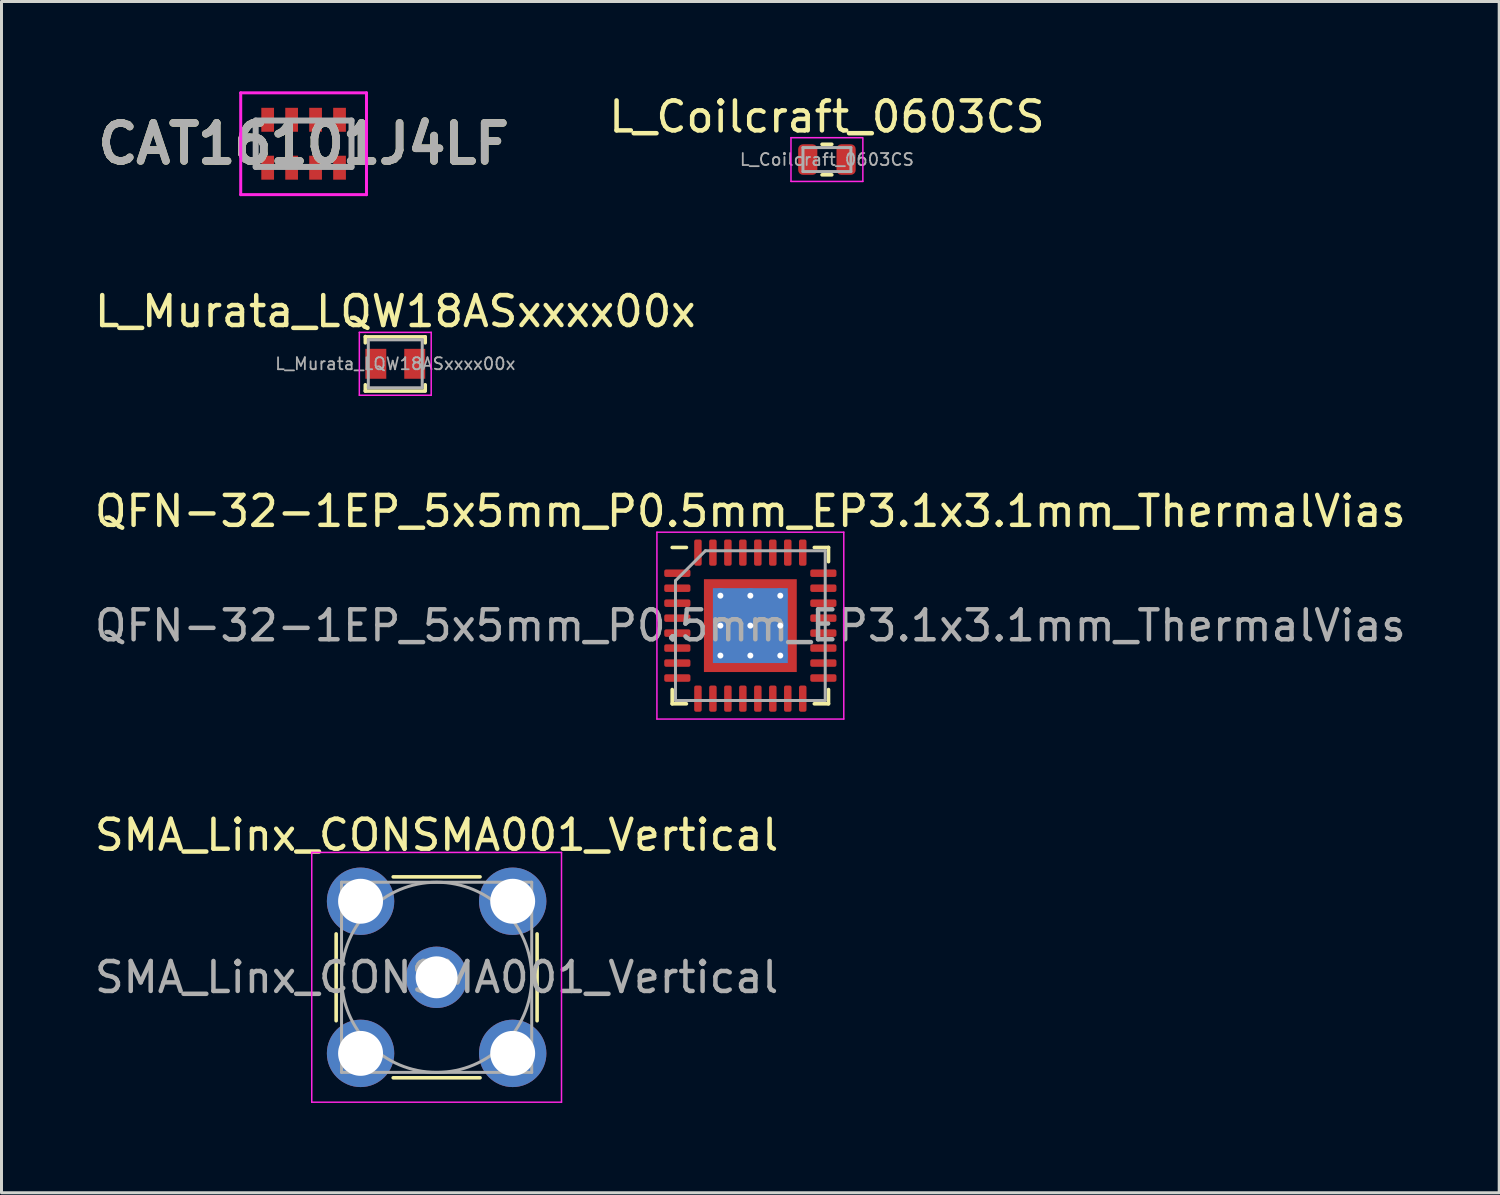
<source format=kicad_pcb>
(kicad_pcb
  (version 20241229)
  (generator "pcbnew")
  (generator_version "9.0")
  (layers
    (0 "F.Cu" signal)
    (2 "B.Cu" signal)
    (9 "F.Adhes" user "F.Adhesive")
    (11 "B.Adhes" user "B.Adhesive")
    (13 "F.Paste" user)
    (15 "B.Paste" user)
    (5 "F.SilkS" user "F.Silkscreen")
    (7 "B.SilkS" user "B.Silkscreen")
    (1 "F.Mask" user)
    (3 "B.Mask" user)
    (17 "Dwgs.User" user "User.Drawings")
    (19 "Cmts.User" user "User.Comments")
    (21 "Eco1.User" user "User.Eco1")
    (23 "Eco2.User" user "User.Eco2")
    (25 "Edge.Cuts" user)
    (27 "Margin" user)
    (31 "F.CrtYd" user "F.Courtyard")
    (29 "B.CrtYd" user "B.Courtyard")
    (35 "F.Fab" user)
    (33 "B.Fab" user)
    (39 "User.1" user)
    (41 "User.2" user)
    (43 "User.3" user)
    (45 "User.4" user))
  (footprint "CAT16101J4LF"
    (layer "F.Cu")
    (at 7.088 1.75)
    (property "Reference" "CAT16101J4LF" (at 0 0 0) (layer "F.SilkS") (effects (font (size 1.27 1.27) (thickness 0.254))))
    (attr smd)
    (fp_line (start -1.6 -0.2) (end -1.6 0.2) (stroke (width 0.1) (type solid)) (layer "F.SilkS"))
    (fp_line (start 1.6 -0.2) (end 1.6 0.2) (stroke (width 0.1) (type solid)) (layer "F.SilkS"))
    (fp_line (start -2.1 -1.7) (end 2.1 -1.7) (stroke (width 0.1) (type solid)) (layer "F.CrtYd"))
    (fp_line (start -2.1 1.7) (end -2.1 -1.7) (stroke (width 0.1) (type solid)) (layer "F.CrtYd"))
    (fp_line (start 2.1 -1.7) (end 2.1 1.7) (stroke (width 0.1) (type solid)) (layer "F.CrtYd"))
    (fp_line (start 2.1 1.7) (end -2.1 1.7) (stroke (width 0.1) (type solid)) (layer "F.CrtYd"))
    (fp_line (start -1.6 -0.775) (end 1.6 -0.775) (stroke (width 0.2) (type solid)) (layer "F.Fab"))
    (fp_line (start -1.6 0.775) (end -1.6 -0.775) (stroke (width 0.2) (type solid)) (layer "F.Fab"))
    (fp_line (start 1.6 -0.775) (end 1.6 0.775) (stroke (width 0.2) (type solid)) (layer "F.Fab"))
    (fp_line (start 1.6 0.775) (end -1.6 0.775) (stroke (width 0.2) (type solid)) (layer "F.Fab"))
    (fp_text user "${REFERENCE}" (at 0 0 0) (layer "F.Fab") (effects (font (size 1.27 1.27) (thickness 0.254))))
    (pad "1" smd rect (at -1.2 0.8) (size 0.425 0.8) (layers "F.Cu" "F.Mask" "F.Paste"))
    (pad "2" smd rect (at -0.4 0.8) (size 0.425 0.8) (layers "F.Cu" "F.Mask" "F.Paste"))
    (pad "3" smd rect (at 0.4 0.8) (size 0.425 0.8) (layers "F.Cu" "F.Mask" "F.Paste"))
    (pad "4" smd rect (at 1.2 0.8) (size 0.425 0.8) (layers "F.Cu" "F.Mask" "F.Paste"))
    (pad "5" smd rect (at 1.2 -0.8) (size 0.425 0.8) (layers "F.Cu" "F.Mask" "F.Paste"))
    (pad "6" smd rect (at 0.4 -0.8) (size 0.425 0.8) (layers "F.Cu" "F.Mask" "F.Paste"))
    (pad "7" smd rect (at -0.4 -0.8) (size 0.425 0.8) (layers "F.Cu" "F.Mask" "F.Paste"))
    (pad "8" smd rect (at -1.2 -0.8) (size 0.425 0.8) (layers "F.Cu" "F.Mask" "F.Paste")))
  (footprint "L_Coilcraft_0603CS"
    (layer "F.Cu")
    (at 24.563 2.278)
    (property "Reference" "L_Coilcraft_0603CS" (at 0 -1.43 0) (layer "F.SilkS") (effects (font (size 1 1) (thickness 0.15))))
    (attr smd)
    (fp_line (start -0.163 -0.51) (end 0.163 -0.51) (stroke (width 0.12) (type solid)) (layer "F.SilkS"))
    (fp_line (start -0.163 0.51) (end 0.163 0.51) (stroke (width 0.12) (type solid)) (layer "F.SilkS"))
    (fp_line (start -1.2 -0.73) (end 1.2 -0.73) (stroke (width 0.05) (type solid)) (layer "F.CrtYd"))
    (fp_line (start -1.2 0.73) (end -1.2 -0.73) (stroke (width 0.05) (type solid)) (layer "F.CrtYd"))
    (fp_line (start 1.2 -0.7) (end 1.2 0.73) (stroke (width 0.05) (type solid)) (layer "F.CrtYd"))
    (fp_line (start 1.2 0.73) (end -1.2 0.73) (stroke (width 0.05) (type solid)) (layer "F.CrtYd"))
    (fp_line (start -0.8 -0.4) (end 0.8 -0.4) (stroke (width 0.1) (type solid)) (layer "F.Fab"))
    (fp_line (start -0.8 0.4) (end -0.8 -0.4) (stroke (width 0.1) (type solid)) (layer "F.Fab"))
    (fp_line (start 0.8 -0.4) (end 0.8 0.4) (stroke (width 0.1) (type solid)) (layer "F.Fab"))
    (fp_line (start 0.8 0.4) (end -0.8 0.4) (stroke (width 0.1) (type solid)) (layer "F.Fab"))
    (fp_text user "${REFERENCE}" (at 0 0 0) (layer "F.Fab") (effects (font (size 0.4 0.4) (thickness 0.06))))
    (pad "1" smd roundrect (at -0.64 0) (size 0.64 1.02) (layers "F.Cu" "F.Mask" "F.Paste") (roundrect_rratio 0.25))
    (pad "2" smd roundrect (at 0.64 0) (size 0.64 1.02) (layers "F.Cu" "F.Mask" "F.Paste") (roundrect_rratio 0.25)))
  (footprint "SMA_Linx_CONSMA001_Vertical"
    (layer "F.Cu")
    (at 11.53 29.585)
    (property "Reference" "SMA_Linx_CONSMA001_Vertical" (at 0 -4.75 0) (layer "F.SilkS") (effects (font (size 1 1) (thickness 0.15))))
    (attr through_hole)
    (fp_line (start -3.355 -1.45) (end -3.355 1.45) (stroke (width 0.12) (type solid)) (layer "F.SilkS"))
    (fp_line (start -1.45 -3.355) (end 1.45 -3.355) (stroke (width 0.12) (type solid)) (layer "F.SilkS"))
    (fp_line (start -1.45 3.355) (end 1.45 3.355) (stroke (width 0.12) (type solid)) (layer "F.SilkS"))
    (fp_line (start 3.355 -1.45) (end 3.355 1.45) (stroke (width 0.12) (type solid)) (layer "F.SilkS"))
    (fp_line (start -4.17 -4.17) (end -4.17 4.17) (stroke (width 0.05) (type solid)) (layer "F.CrtYd"))
    (fp_line (start -4.17 -4.17) (end 4.17 -4.17) (stroke (width 0.05) (type solid)) (layer "F.CrtYd"))
    (fp_line (start 4.17 4.17) (end -4.17 4.17) (stroke (width 0.05) (type solid)) (layer "F.CrtYd"))
    (fp_line (start 4.17 4.17) (end 4.17 -4.17) (stroke (width 0.05) (type solid)) (layer "F.CrtYd"))
    (fp_line (start -3.175 -3.175) (end -3.175 3.175) (stroke (width 0.1) (type solid)) (layer "F.Fab"))
    (fp_line (start -3.175 -3.175) (end 3.175 -3.175) (stroke (width 0.1) (type solid)) (layer "F.Fab"))
    (fp_line (start -3.175 3.175) (end 3.175 3.175) (stroke (width 0.1) (type solid)) (layer "F.Fab"))
    (fp_line (start 3.175 -3.175) (end 3.175 3.175) (stroke (width 0.1) (type solid)) (layer "F.Fab"))
    (fp_circle (center 0 0) (end 3.175 0) (stroke (width 0.1) (type solid)) (fill no) (layer "F.Fab"))
    (fp_text user "${REFERENCE}" (at 0 0 0) (layer "F.Fab") (effects (font (size 1 1) (thickness 0.15))))
    (pad "1" thru_hole circle (at 0 0) (size 2.05 2.05) (drill 1.4) (layers "*.Cu" "*.Mask"))
    (pad "2" thru_hole circle (at -2.54 -2.54) (size 2.25 2.25) (drill 1.5) (layers "*.Cu" "*.Mask"))
    (pad "2" thru_hole circle (at -2.54 2.54) (size 2.25 2.25) (drill 1.5) (layers "*.Cu" "*.Mask"))
    (pad "2" thru_hole circle (at 2.54 -2.54) (size 2.25 2.25) (drill 1.5) (layers "*.Cu" "*.Mask"))
    (pad "2" thru_hole circle (at 2.54 2.54) (size 2.25 2.25) (drill 1.5) (layers "*.Cu" "*.Mask")))
  (footprint "QFN-32-1EP_5x5mm_P0.5mm_EP3.1x3.1mm_ThermalVias"
    (layer "F.Cu")
    (at 22.006 17.841)
    (property "Reference" "QFN-32-1EP_5x5mm_P0.5mm_EP3.1x3.1mm_ThermalVias" (at 0 -3.82 0) (layer "F.SilkS") (effects (font (size 1 1) (thickness 0.15))))
    (attr smd)
    (fp_line (start -2.61 2.61) (end -2.61 2.135) (stroke (width 0.12) (type solid)) (layer "F.SilkS"))
    (fp_line (start -2.135 -2.61) (end -2.61 -2.61) (stroke (width 0.12) (type solid)) (layer "F.SilkS"))
    (fp_line (start -2.135 2.61) (end -2.61 2.61) (stroke (width 0.12) (type solid)) (layer "F.SilkS"))
    (fp_line (start 2.135 -2.61) (end 2.61 -2.61) (stroke (width 0.12) (type solid)) (layer "F.SilkS"))
    (fp_line (start 2.135 2.61) (end 2.61 2.61) (stroke (width 0.12) (type solid)) (layer "F.SilkS"))
    (fp_line (start 2.61 -2.61) (end 2.61 -2.135) (stroke (width 0.12) (type solid)) (layer "F.SilkS"))
    (fp_line (start 2.61 2.61) (end 2.61 2.135) (stroke (width 0.12) (type solid)) (layer "F.SilkS"))
    (fp_line (start -3.12 -3.12) (end -3.12 3.12) (stroke (width 0.05) (type solid)) (layer "F.CrtYd"))
    (fp_line (start -3.12 3.12) (end 3.12 3.12) (stroke (width 0.05) (type solid)) (layer "F.CrtYd"))
    (fp_line (start 3.12 -3.12) (end -3.12 -3.12) (stroke (width 0.05) (type solid)) (layer "F.CrtYd"))
    (fp_line (start 3.12 3.12) (end 3.12 -3.12) (stroke (width 0.05) (type solid)) (layer "F.CrtYd"))
    (fp_line (start -2.5 -1.5) (end -1.5 -2.5) (stroke (width 0.1) (type solid)) (layer "F.Fab"))
    (fp_line (start -2.5 2.5) (end -2.5 -1.5) (stroke (width 0.1) (type solid)) (layer "F.Fab"))
    (fp_line (start -1.5 -2.5) (end 2.5 -2.5) (stroke (width 0.1) (type solid)) (layer "F.Fab"))
    (fp_line (start 2.5 -2.5) (end 2.5 2.5) (stroke (width 0.1) (type solid)) (layer "F.Fab"))
    (fp_line (start 2.5 2.5) (end -2.5 2.5) (stroke (width 0.1) (type solid)) (layer "F.Fab"))
    (fp_text user "${REFERENCE}" (at 0 0 0) (layer "F.Fab") (effects (font (size 1 1) (thickness 0.15))))
    (pad "" smd custom (at -1.275 -1.275) (size 0.319 0.319) (layers "F.Paste") (options (anchor circle)) (primitives (gr_poly (pts (xy -0.111 -0.111) (xy 0.111 -0.111) (xy 0.111 -0.000473) (xy -0.000473 0.111) (xy -0.111 0.111)) (width 0.222) (fill yes))))
    (pad "" smd custom (at -1.275 -0.5) (size 0.35 0.35) (layers "F.Paste") (options (anchor circle)) (primitives (gr_poly (pts (xy -0.128 -0.309) (xy 0.05 -0.309) (xy 0.128 -0.232) (xy 0.128 0.232) (xy 0.05 0.309) (xy -0.128 0.309)) (width 0.188) (fill yes))))
    (pad "" smd custom (at -1.275 0.5) (size 0.35 0.35) (layers "F.Paste") (options (anchor circle)) (primitives (gr_poly (pts (xy -0.128 -0.309) (xy 0.05 -0.309) (xy 0.128 -0.232) (xy 0.128 0.232) (xy 0.05 0.309) (xy -0.128 0.309)) (width 0.188) (fill yes))))
    (pad "" smd custom (at -1.275 1.275) (size 0.319 0.319) (layers "F.Paste") (options (anchor circle)) (primitives (gr_poly (pts (xy -0.111 -0.111) (xy -0.000473 -0.111) (xy 0.111 0.000473) (xy 0.111 0.111) (xy -0.111 0.111)) (width 0.222) (fill yes))))
    (pad "" smd custom (at -0.5 -1.275) (size 0.35 0.35) (layers "F.Paste") (options (anchor circle)) (primitives (gr_poly (pts (xy -0.309 -0.128) (xy 0.309 -0.128) (xy 0.309 0.05) (xy 0.232 0.128) (xy -0.232 0.128) (xy -0.309 0.05)) (width 0.188) (fill yes))))
    (pad "" smd roundrect (at -0.5 -0.5) (size 0.806 0.806) (layers "F.Paste") (roundrect_rratio 0.25))
    (pad "" smd roundrect (at -0.5 0.5) (size 0.806 0.806) (layers "F.Paste") (roundrect_rratio 0.25))
    (pad "" smd custom (at -0.5 1.275) (size 0.35 0.35) (layers "F.Paste") (options (anchor circle)) (primitives (gr_poly (pts (xy -0.309 -0.05) (xy -0.232 -0.128) (xy 0.232 -0.128) (xy 0.309 -0.05) (xy 0.309 0.128) (xy -0.309 0.128)) (width 0.188) (fill yes))))
    (pad "" smd custom (at 0.5 -1.275) (size 0.35 0.35) (layers "F.Paste") (options (anchor circle)) (primitives (gr_poly (pts (xy -0.309 -0.128) (xy 0.309 -0.128) (xy 0.309 0.05) (xy 0.232 0.128) (xy -0.232 0.128) (xy -0.309 0.05)) (width 0.188) (fill yes))))
    (pad "" smd roundrect (at 0.5 -0.5) (size 0.806 0.806) (layers "F.Paste") (roundrect_rratio 0.25))
    (pad "" smd roundrect (at 0.5 0.5) (size 0.806 0.806) (layers "F.Paste") (roundrect_rratio 0.25))
    (pad "" smd custom (at 0.5 1.275) (size 0.35 0.35) (layers "F.Paste") (options (anchor circle)) (primitives (gr_poly (pts (xy -0.309 -0.05) (xy -0.232 -0.128) (xy 0.232 -0.128) (xy 0.309 -0.05) (xy 0.309 0.128) (xy -0.309 0.128)) (width 0.188) (fill yes))))
    (pad "" smd custom (at 1.275 -1.275) (size 0.319 0.319) (layers "F.Paste") (options (anchor circle)) (primitives (gr_poly (pts (xy -0.111 -0.111) (xy 0.111 -0.111) (xy 0.111 0.111) (xy 0.000473 0.111) (xy -0.111 -0.000473)) (width 0.222) (fill yes))))
    (pad "" smd custom (at 1.275 -0.5) (size 0.35 0.35) (layers "F.Paste") (options (anchor circle)) (primitives (gr_poly (pts (xy -0.128 -0.232) (xy -0.05 -0.309) (xy 0.128 -0.309) (xy 0.128 0.309) (xy -0.05 0.309) (xy -0.128 0.232)) (width 0.188) (fill yes))))
    (pad "" smd custom (at 1.275 0.5) (size 0.35 0.35) (layers "F.Paste") (options (anchor circle)) (primitives (gr_poly (pts (xy -0.128 -0.232) (xy -0.05 -0.309) (xy 0.128 -0.309) (xy 0.128 0.309) (xy -0.05 0.309) (xy -0.128 0.232)) (width 0.188) (fill yes))))
    (pad "" smd custom (at 1.275 1.275) (size 0.319 0.319) (layers "F.Paste") (options (anchor circle)) (primitives (gr_poly (pts (xy -0.111 0.000473) (xy 0.000473 -0.111) (xy 0.111 -0.111) (xy 0.111 0.111) (xy -0.111 0.111)) (width 0.222) (fill yes))))
    (pad "1" smd roundrect (at -2.438 -1.75) (size 0.875 0.25) (layers "F.Cu" "F.Mask" "F.Paste") (roundrect_rratio 0.25))
    (pad "2" smd roundrect (at -2.438 -1.25) (size 0.875 0.25) (layers "F.Cu" "F.Mask" "F.Paste") (roundrect_rratio 0.25))
    (pad "3" smd roundrect (at -2.438 -0.75) (size 0.875 0.25) (layers "F.Cu" "F.Mask" "F.Paste") (roundrect_rratio 0.25))
    (pad "4" smd roundrect (at -2.438 -0.25) (size 0.875 0.25) (layers "F.Cu" "F.Mask" "F.Paste") (roundrect_rratio 0.25))
    (pad "5" smd roundrect (at -2.438 0.25) (size 0.875 0.25) (layers "F.Cu" "F.Mask" "F.Paste") (roundrect_rratio 0.25))
    (pad "6" smd roundrect (at -2.438 0.75) (size 0.875 0.25) (layers "F.Cu" "F.Mask" "F.Paste") (roundrect_rratio 0.25))
    (pad "7" smd roundrect (at -2.438 1.25) (size 0.875 0.25) (layers "F.Cu" "F.Mask" "F.Paste") (roundrect_rratio 0.25))
    (pad "8" smd roundrect (at -2.438 1.75) (size 0.875 0.25) (layers "F.Cu" "F.Mask" "F.Paste") (roundrect_rratio 0.25))
    (pad "9" smd roundrect (at -1.75 2.438) (size 0.25 0.875) (layers "F.Cu" "F.Mask" "F.Paste") (roundrect_rratio 0.25))
    (pad "10" smd roundrect (at -1.25 2.438) (size 0.25 0.875) (layers "F.Cu" "F.Mask" "F.Paste") (roundrect_rratio 0.25))
    (pad "11" smd roundrect (at -0.75 2.438) (size 0.25 0.875) (layers "F.Cu" "F.Mask" "F.Paste") (roundrect_rratio 0.25))
    (pad "12" smd roundrect (at -0.25 2.438) (size 0.25 0.875) (layers "F.Cu" "F.Mask" "F.Paste") (roundrect_rratio 0.25))
    (pad "13" smd roundrect (at 0.25 2.438) (size 0.25 0.875) (layers "F.Cu" "F.Mask" "F.Paste") (roundrect_rratio 0.25))
    (pad "14" smd roundrect (at 0.75 2.438) (size 0.25 0.875) (layers "F.Cu" "F.Mask" "F.Paste") (roundrect_rratio 0.25))
    (pad "15" smd roundrect (at 1.25 2.438) (size 0.25 0.875) (layers "F.Cu" "F.Mask" "F.Paste") (roundrect_rratio 0.25))
    (pad "16" smd roundrect (at 1.75 2.438) (size 0.25 0.875) (layers "F.Cu" "F.Mask" "F.Paste") (roundrect_rratio 0.25))
    (pad "17" smd roundrect (at 2.438 1.75) (size 0.875 0.25) (layers "F.Cu" "F.Mask" "F.Paste") (roundrect_rratio 0.25))
    (pad "18" smd roundrect (at 2.438 1.25) (size 0.875 0.25) (layers "F.Cu" "F.Mask" "F.Paste") (roundrect_rratio 0.25))
    (pad "19" smd roundrect (at 2.438 0.75) (size 0.875 0.25) (layers "F.Cu" "F.Mask" "F.Paste") (roundrect_rratio 0.25))
    (pad "20" smd roundrect (at 2.438 0.25) (size 0.875 0.25) (layers "F.Cu" "F.Mask" "F.Paste") (roundrect_rratio 0.25))
    (pad "21" smd roundrect (at 2.438 -0.25) (size 0.875 0.25) (layers "F.Cu" "F.Mask" "F.Paste") (roundrect_rratio 0.25))
    (pad "22" smd roundrect (at 2.438 -0.75) (size 0.875 0.25) (layers "F.Cu" "F.Mask" "F.Paste") (roundrect_rratio 0.25))
    (pad "23" smd roundrect (at 2.438 -1.25) (size 0.875 0.25) (layers "F.Cu" "F.Mask" "F.Paste") (roundrect_rratio 0.25))
    (pad "24" smd roundrect (at 2.438 -1.75) (size 0.875 0.25) (layers "F.Cu" "F.Mask" "F.Paste") (roundrect_rratio 0.25))
    (pad "25" smd roundrect (at 1.75 -2.438) (size 0.25 0.875) (layers "F.Cu" "F.Mask" "F.Paste") (roundrect_rratio 0.25))
    (pad "26" smd roundrect (at 1.25 -2.438) (size 0.25 0.875) (layers "F.Cu" "F.Mask" "F.Paste") (roundrect_rratio 0.25))
    (pad "27" smd roundrect (at 0.75 -2.438) (size 0.25 0.875) (layers "F.Cu" "F.Mask" "F.Paste") (roundrect_rratio 0.25))
    (pad "28" smd roundrect (at 0.25 -2.438) (size 0.25 0.875) (layers "F.Cu" "F.Mask" "F.Paste") (roundrect_rratio 0.25))
    (pad "29" smd roundrect (at -0.25 -2.438) (size 0.25 0.875) (layers "F.Cu" "F.Mask" "F.Paste") (roundrect_rratio 0.25))
    (pad "30" smd roundrect (at -0.75 -2.438) (size 0.25 0.875) (layers "F.Cu" "F.Mask" "F.Paste") (roundrect_rratio 0.25))
    (pad "31" smd roundrect (at -1.25 -2.438) (size 0.25 0.875) (layers "F.Cu" "F.Mask" "F.Paste") (roundrect_rratio 0.25))
    (pad "32" smd roundrect (at -1.75 -2.438) (size 0.25 0.875) (layers "F.Cu" "F.Mask" "F.Paste") (roundrect_rratio 0.25))
    (pad "33" thru_hole circle (at -1 -1) (size 0.5 0.5) (drill 0.2) (layers "*.Cu"))
    (pad "33" thru_hole circle (at -1 0) (size 0.5 0.5) (drill 0.2) (layers "*.Cu"))
    (pad "33" thru_hole circle (at -1 1) (size 0.5 0.5) (drill 0.2) (layers "*.Cu"))
    (pad "33" thru_hole circle (at 0 -1) (size 0.5 0.5) (drill 0.2) (layers "*.Cu"))
    (pad "33" thru_hole circle (at 0 0) (size 0.5 0.5) (drill 0.2) (layers "*.Cu"))
    (pad "33" smd rect (at 0 0) (size 2.5 2.5) (layers "B.Cu"))
    (pad "33" smd rect (at 0 0) (size 3.1 3.1) (layers "F.Cu" "F.Mask"))
    (pad "33" thru_hole circle (at 0 1) (size 0.5 0.5) (drill 0.2) (layers "*.Cu"))
    (pad "33" thru_hole circle (at 1 -1) (size 0.5 0.5) (drill 0.2) (layers "*.Cu"))
    (pad "33" thru_hole circle (at 1 0) (size 0.5 0.5) (drill 0.2) (layers "*.Cu"))
    (pad "33" thru_hole circle (at 1 1) (size 0.5 0.5) (drill 0.2) (layers "*.Cu")))
  (footprint "L_Murata_LQW18ASxxxx00x"
    (layer "F.Cu")
    (at 10.149 9.098)
    (property "Reference" "L_Murata_LQW18ASxxxx00x" (at 0 -1.75 0) (layer "F.SilkS") (effects (font (size 1 1) (thickness 0.15))))
    (attr smd)
    (fp_line (start -1 -0.9) (end 1 -0.9) (stroke (width 0.12) (type solid)) (layer "F.SilkS"))
    (fp_line (start -1 -0.7) (end -1 -0.91) (stroke (width 0.12) (type solid)) (layer "F.SilkS"))
    (fp_line (start -1 0.91) (end -1 0.7) (stroke (width 0.12) (type solid)) (layer "F.SilkS"))
    (fp_line (start 1 -0.7) (end 1 -0.9) (stroke (width 0.12) (type solid)) (layer "F.SilkS"))
    (fp_line (start 1 0.7) (end 1 0.9) (stroke (width 0.12) (type solid)) (layer "F.SilkS"))
    (fp_line (start 1 0.91) (end -1 0.91) (stroke (width 0.12) (type solid)) (layer "F.SilkS"))
    (fp_line (start -1.2 -1.05) (end 1.2 -1.05) (stroke (width 0.05) (type solid)) (layer "F.CrtYd"))
    (fp_line (start -1.2 1.05) (end -1.2 -1.05) (stroke (width 0.05) (type solid)) (layer "F.CrtYd"))
    (fp_line (start 1.2 -1.05) (end 1.2 1.05) (stroke (width 0.05) (type solid)) (layer "F.CrtYd"))
    (fp_line (start 1.2 1.05) (end -1.2 1.05) (stroke (width 0.05) (type solid)) (layer "F.CrtYd"))
    (fp_line (start -0.9 -0.8) (end 0.9 -0.8) (stroke (width 0.1) (type solid)) (layer "F.Fab"))
    (fp_line (start -0.9 0.8) (end -0.9 -0.8) (stroke (width 0.1) (type solid)) (layer "F.Fab"))
    (fp_line (start 0.9 -0.8) (end 0.9 0.8) (stroke (width 0.1) (type solid)) (layer "F.Fab"))
    (fp_line (start 0.9 0.8) (end -0.9 0.8) (stroke (width 0.1) (type solid)) (layer "F.Fab"))
    (fp_text user "${REFERENCE}" (at 0 0 0) (layer "F.Fab") (effects (font (size 0.4 0.4) (thickness 0.06))))
    (pad "1" smd rect (at -0.65 0) (size 0.7 1) (layers "F.Cu" "F.Mask" "F.Paste"))
    (pad "2" smd rect (at 0.65 0) (size 0.7 1) (layers "F.Cu" "F.Mask" "F.Paste")))
  (gr_rect
    (start -3 -3)
    (end 47.012 36.78)
    (stroke (width 0.1) (type default))
    (fill no)
    (layer "Edge.Cuts")))
</source>
